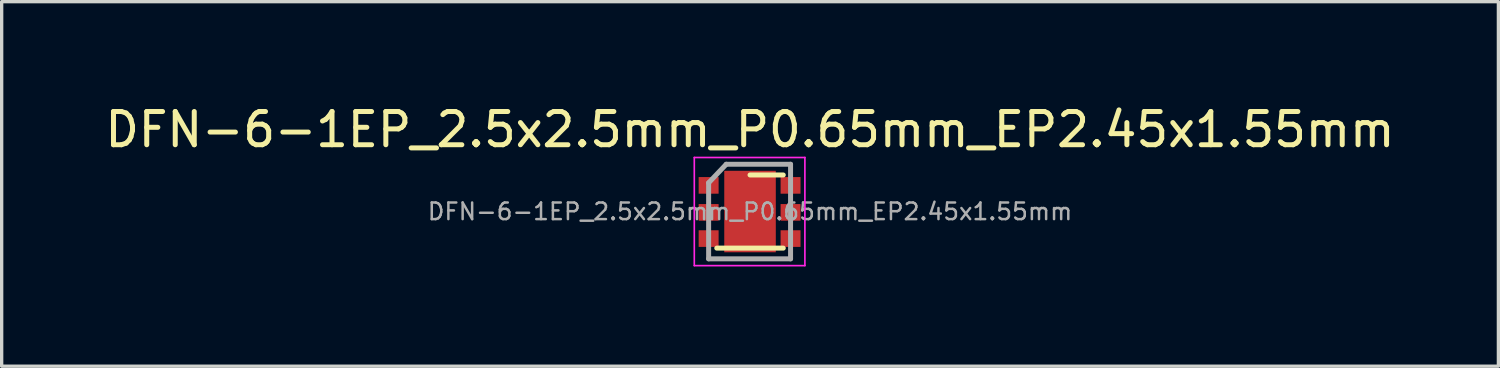
<source format=kicad_pcb>
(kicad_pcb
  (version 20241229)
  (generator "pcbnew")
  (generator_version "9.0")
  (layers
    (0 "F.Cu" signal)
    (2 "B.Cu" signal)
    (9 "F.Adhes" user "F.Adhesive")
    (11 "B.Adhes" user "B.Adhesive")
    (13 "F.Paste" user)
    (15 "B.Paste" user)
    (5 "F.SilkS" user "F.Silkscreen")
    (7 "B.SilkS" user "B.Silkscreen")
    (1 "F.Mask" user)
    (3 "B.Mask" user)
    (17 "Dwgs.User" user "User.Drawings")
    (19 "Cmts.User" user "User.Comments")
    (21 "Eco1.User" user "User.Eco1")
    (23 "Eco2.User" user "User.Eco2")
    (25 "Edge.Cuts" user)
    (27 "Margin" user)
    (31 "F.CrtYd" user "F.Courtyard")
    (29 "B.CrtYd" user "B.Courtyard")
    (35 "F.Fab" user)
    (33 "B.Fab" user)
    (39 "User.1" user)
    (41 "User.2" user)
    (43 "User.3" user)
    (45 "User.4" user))
  (footprint "DFN-6-1EP_2.5x2.5mm_P0.65mm_EP2.45x1.55mm"
    (layer "F.Cu")
    (at 19.506 3.312)
    (property "Reference" "DFN-6-1EP_2.5x2.5mm_P0.65mm_EP2.45x1.55mm" (at 0 -2.464 0) (layer "F.SilkS") (effects (font (size 1 1) (thickness 0.15))))
    (attr smd)
    (fp_line (start -1 1.1) (end 1 1.1) (stroke (width 0.15) (type solid)) (layer "F.SilkS"))
    (fp_line (start 0 -1.1) (end 1 -1.1) (stroke (width 0.15) (type solid)) (layer "F.SilkS"))
    (fp_line (start -1.676 -1.626) (end -1.676 1.626) (stroke (width 0.05) (type solid)) (layer "F.CrtYd"))
    (fp_line (start -1.676 -1.626) (end 1.65 -1.626) (stroke (width 0.05) (type solid)) (layer "F.CrtYd"))
    (fp_line (start -1.676 1.626) (end 1.65 1.626) (stroke (width 0.05) (type solid)) (layer "F.CrtYd"))
    (fp_line (start 1.65 -1.626) (end 1.65 1.626) (stroke (width 0.05) (type solid)) (layer "F.CrtYd"))
    (fp_line (start -1.245 -0.864) (end -0.715 -1.422) (stroke (width 0.15) (type solid)) (layer "F.Fab"))
    (fp_line (start -1.245 1.422) (end -1.245 -0.864) (stroke (width 0.15) (type solid)) (layer "F.Fab"))
    (fp_line (start -0.715 -1.422) (end 1.219 -1.422) (stroke (width 0.15) (type solid)) (layer "F.Fab"))
    (fp_line (start 1.219 -1.422) (end 1.219 1.422) (stroke (width 0.15) (type solid)) (layer "F.Fab"))
    (fp_line (start 1.219 1.422) (end -1.245 1.422) (stroke (width 0.15) (type solid)) (layer "F.Fab"))
    (fp_text user "${REFERENCE}" (at 0 0 0) (layer "F.Fab") (effects (font (size 0.5 0.5) (thickness 0.075))))
    (pad "" smd rect (at 0 -0.4) (size 0.82 0.63) (layers "F.Paste"))
    (pad "" smd rect (at 0 0.4) (size 0.82 0.63) (layers "F.Paste"))
    (pad "1" smd rect (at -1.245 -0.787) (size 0.6 0.5) (layers "F.Cu" "F.Mask" "F.Paste"))
    (pad "2" smd rect (at -1.245 0.025) (size 0.6 0.5) (layers "F.Cu" "F.Mask" "F.Paste"))
    (pad "3" smd rect (at -1.245 0.813) (size 0.6 0.5) (layers "F.Cu" "F.Mask" "F.Paste"))
    (pad "4" smd rect (at 1.219 0.813) (size 0.6 0.5) (layers "F.Cu" "F.Mask" "F.Paste"))
    (pad "5" smd rect (at 1.219 0.025) (size 0.6 0.5) (layers "F.Cu" "F.Mask" "F.Paste"))
    (pad "6" smd rect (at 1.219 -0.787) (size 0.6 0.5) (layers "F.Cu" "F.Mask" "F.Paste"))
    (pad "7" smd rect (at 0 0) (size 1.55 2.45) (layers "F.Cu" "F.Mask" "F.Paste")))
  (gr_rect
    (start -3 -3)
    (end 42.012 7.963)
    (stroke (width 0.1) (type default))
    (fill no)
    (layer "Edge.Cuts")))
</source>
